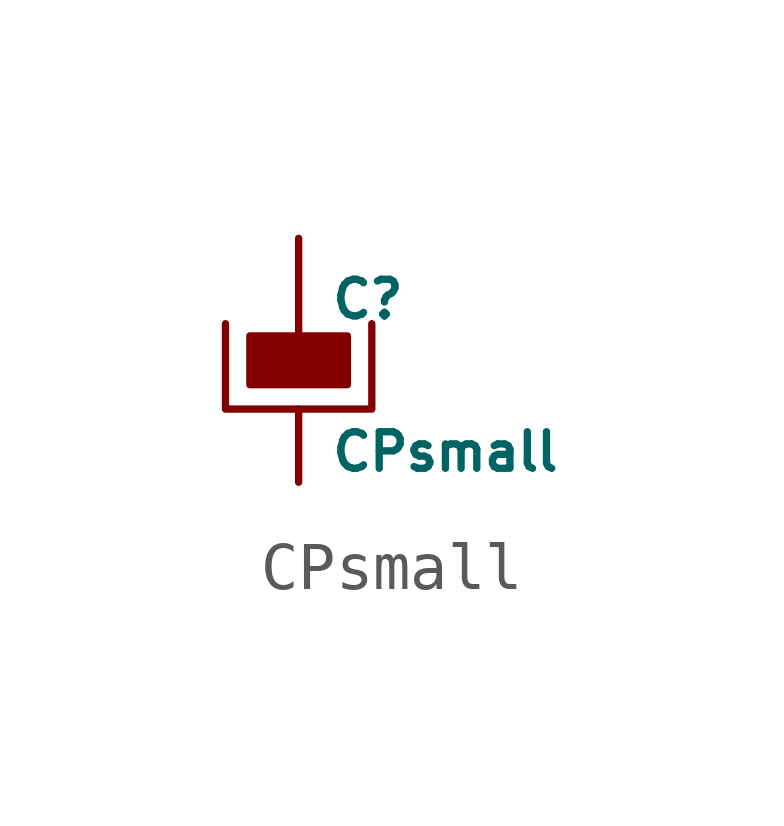
<source format=kicad_sym>
(kicad_symbol_lib
  (version 20220914)
  (generator kicad_symbol_editor)
  (symbol "CPsmall"
    (pin_numbers hide)
    (pin_names
      (offset 0.254) hide)
    (property "Reference" "C"
      (at 0.635 1.27 0)
      (effects (font (size 0.762 0.762)) (justify left)))
    (property "Value" "CPsmall"
      (at 0.635 -1.905 0)
      (effects (font (size 0.762 0.762)) (justify left)))
    (symbol "CPsmall_0_1"
      (rectangle (start -1.016 0.508) (end 1.016 -0.508) (stroke (width 0) (type solid)) (fill (type outline)))
      (polyline (pts (xy 1.524 0.762) (xy 1.524 -1.016) (xy -1.524 -1.016) (xy -1.524 0.762)) (stroke (width 0) (type solid)) (fill (type none))))
    (symbol "CPsmall_1_1"
      (pin passive line (at 0 2.54 270) (length 2.032) (name "~" (effects (font (size 1.016 1.016)))) (number "1" (effects (font (size 1.016 1.016)))))
      (pin passive line (at 0 -2.54 90) (length 1.524) (name "~" (effects (font (size 1.016 1.016)))) (number "2" (effects (font (size 1.016 1.016))))))))
</source>
